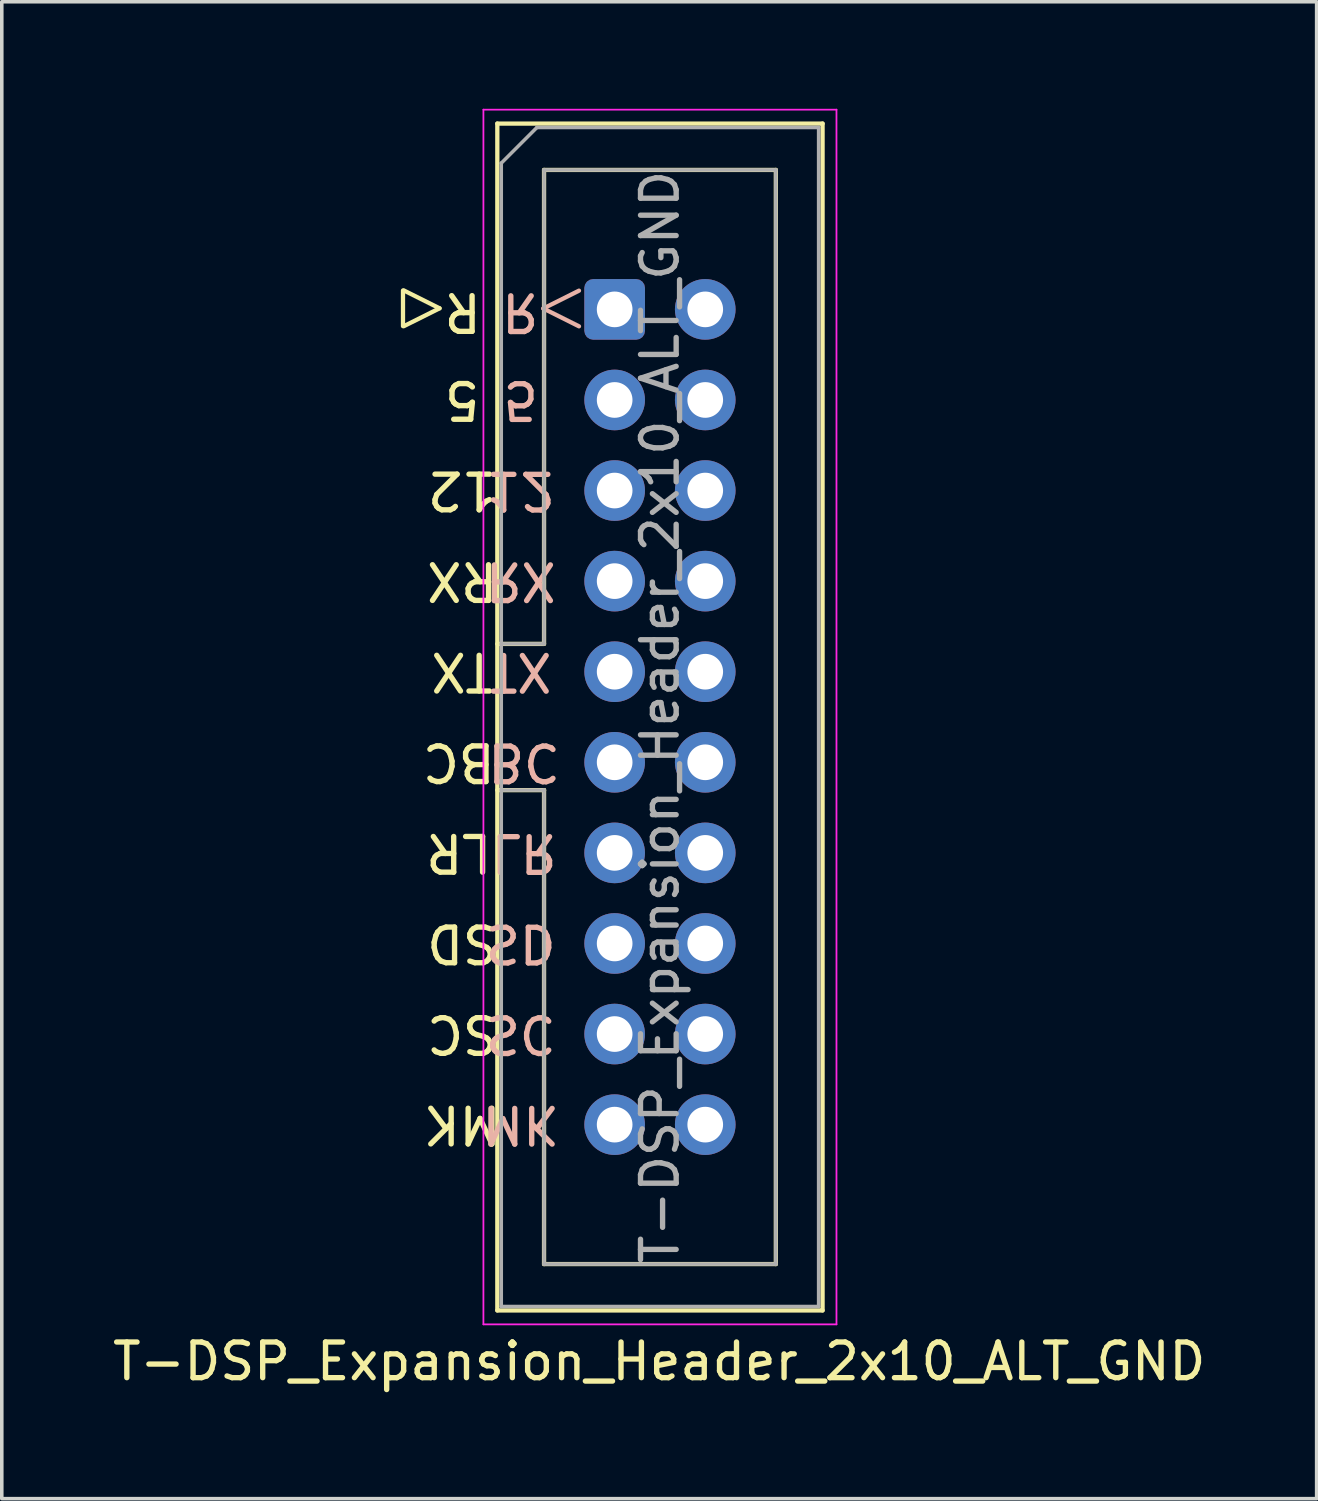
<source format=kicad_pcb>
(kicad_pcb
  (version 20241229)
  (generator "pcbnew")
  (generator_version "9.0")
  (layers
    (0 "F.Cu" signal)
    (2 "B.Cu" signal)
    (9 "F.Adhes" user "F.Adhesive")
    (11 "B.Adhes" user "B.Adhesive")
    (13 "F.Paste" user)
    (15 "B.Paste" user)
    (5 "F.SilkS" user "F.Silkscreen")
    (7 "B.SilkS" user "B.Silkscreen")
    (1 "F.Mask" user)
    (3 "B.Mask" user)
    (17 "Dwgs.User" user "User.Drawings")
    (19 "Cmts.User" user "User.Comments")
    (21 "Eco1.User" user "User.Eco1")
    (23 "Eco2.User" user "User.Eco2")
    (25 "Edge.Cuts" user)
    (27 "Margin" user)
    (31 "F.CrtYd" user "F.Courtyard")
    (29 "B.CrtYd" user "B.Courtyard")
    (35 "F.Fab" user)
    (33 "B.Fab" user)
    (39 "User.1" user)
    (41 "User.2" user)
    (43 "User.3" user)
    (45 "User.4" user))
  (footprint "T-DSP_Expansion_Header_2x10_ALT_GND"
    (layer "F.Cu")
    (at 14.185 5.625)
    (property "Reference" "T-DSP_Expansion_Header_2x10_ALT_GND" (at 1.25 29.5 0) (layer "F.SilkS") (effects (font (size 1 1) (thickness 0.15))))
    (attr through_hole exclude_from_bom)
    (fp_line (start -5.935 -0.53) (end -5.935 0.47) (stroke (width 0.12) (type solid)) (layer "F.SilkS"))
    (fp_line (start -5.91 0.47) (end -4.91 -0.03) (stroke (width 0.12) (type solid)) (layer "F.SilkS"))
    (fp_line (start -4.91 -0.03) (end -5.91 -0.53) (stroke (width 0.12) (type solid)) (layer "F.SilkS"))
    (fp_line (start -3.29 -5.21) (end 5.83 -5.21) (stroke (width 0.12) (type solid)) (layer "F.SilkS"))
    (fp_line (start -3.29 9.38) (end -1.98 9.38) (stroke (width 0.12) (type solid)) (layer "F.SilkS"))
    (fp_line (start -3.29 28.07) (end -3.29 -5.21) (stroke (width 0.12) (type solid)) (layer "F.SilkS"))
    (fp_line (start -1.98 -3.91) (end 4.52 -3.91) (stroke (width 0.12) (type solid)) (layer "F.SilkS"))
    (fp_line (start -1.98 9.38) (end -1.98 -3.91) (stroke (width 0.12) (type solid)) (layer "F.SilkS"))
    (fp_line (start -1.98 13.48) (end -3.29 13.48) (stroke (width 0.12) (type solid)) (layer "F.SilkS"))
    (fp_line (start -1.98 13.48) (end -1.98 13.48) (stroke (width 0.12) (type solid)) (layer "F.SilkS"))
    (fp_line (start -1.98 26.77) (end -1.98 13.48) (stroke (width 0.12) (type solid)) (layer "F.SilkS"))
    (fp_line (start 4.52 -3.91) (end 4.52 26.77) (stroke (width 0.12) (type solid)) (layer "F.SilkS"))
    (fp_line (start 4.52 26.77) (end -1.98 26.77) (stroke (width 0.12) (type solid)) (layer "F.SilkS"))
    (fp_line (start 5.83 -5.21) (end 5.83 28.07) (stroke (width 0.12) (type solid)) (layer "F.SilkS"))
    (fp_line (start 5.83 28.07) (end -3.29 28.07) (stroke (width 0.12) (type solid)) (layer "F.SilkS"))
    (fp_line (start -2 -0.025) (end -1 -0.525) (stroke (width 0.12) (type solid)) (layer "B.SilkS"))
    (fp_line (start -1 0.475) (end -2 -0.025) (stroke (width 0.12) (type solid)) (layer "B.SilkS"))
    (fp_line (start -3.68 -5.6) (end -3.68 28.46) (stroke (width 0.05) (type solid)) (layer "F.CrtYd"))
    (fp_line (start -3.68 28.46) (end 6.22 28.46) (stroke (width 0.05) (type solid)) (layer "F.CrtYd"))
    (fp_line (start 6.22 -5.6) (end -3.68 -5.6) (stroke (width 0.05) (type solid)) (layer "F.CrtYd"))
    (fp_line (start 6.22 28.46) (end 6.22 -5.6) (stroke (width 0.05) (type solid)) (layer "F.CrtYd"))
    (fp_line (start -3.18 -4.1) (end -2.18 -5.1) (stroke (width 0.1) (type solid)) (layer "F.Fab"))
    (fp_line (start -3.18 9.38) (end -1.98 9.38) (stroke (width 0.1) (type solid)) (layer "F.Fab"))
    (fp_line (start -3.18 27.96) (end -3.18 -4.1) (stroke (width 0.1) (type solid)) (layer "F.Fab"))
    (fp_line (start -2.18 -5.1) (end 5.72 -5.1) (stroke (width 0.1) (type solid)) (layer "F.Fab"))
    (fp_line (start -1.98 -3.91) (end 4.52 -3.91) (stroke (width 0.1) (type solid)) (layer "F.Fab"))
    (fp_line (start -1.98 9.38) (end -1.98 -3.91) (stroke (width 0.1) (type solid)) (layer "F.Fab"))
    (fp_line (start -1.98 13.48) (end -3.18 13.48) (stroke (width 0.1) (type solid)) (layer "F.Fab"))
    (fp_line (start -1.98 13.48) (end -1.98 13.48) (stroke (width 0.1) (type solid)) (layer "F.Fab"))
    (fp_line (start -1.98 26.77) (end -1.98 13.48) (stroke (width 0.1) (type solid)) (layer "F.Fab"))
    (fp_line (start 4.52 -3.91) (end 4.52 26.77) (stroke (width 0.1) (type solid)) (layer "F.Fab"))
    (fp_line (start 4.52 26.77) (end -1.98 26.77) (stroke (width 0.1) (type solid)) (layer "F.Fab"))
    (fp_line (start 5.72 -5.1) (end 5.72 27.96) (stroke (width 0.1) (type solid)) (layer "F.Fab"))
    (fp_line (start 5.72 27.96) (end -3.18 27.96) (stroke (width 0.1) (type solid)) (layer "F.Fab"))
    (fp_text user "SD" (at -4.275 17.775 180) (unlocked yes) (layer "F.SilkS") (effects (font (size 1 1) (thickness 0.15))))
    (fp_text user "BC" (at -4.37 12.695 180) (unlocked yes) (layer "F.SilkS") (effects (font (size 1 1) (thickness 0.15))))
    (fp_text user "R" (at -4.26 0.07 180) (unlocked yes) (layer "F.SilkS") (effects (font (size 1 1) (thickness 0.15))))
    (fp_text user "12" (at -4.275 5.075 180) (unlocked yes) (layer "F.SilkS") (effects (font (size 1 1) (thickness 0.15))))
    (fp_text user "MK" (at -4.275 22.855 180) (unlocked yes) (layer "F.SilkS") (effects (font (size 1 1) (thickness 0.15))))
    (fp_text user "5" (at -4.275 2.535 180) (unlocked yes) (layer "F.SilkS") (effects (font (size 1 1) (thickness 0.15))))
    (fp_text user "SC" (at -4.275 20.315 180) (unlocked yes) (layer "F.SilkS") (effects (font (size 1 1) (thickness 0.15))))
    (fp_text user "TX" (at -4.275 10.155 180) (unlocked yes) (layer "F.SilkS") (effects (font (size 1 1) (thickness 0.15))))
    (fp_text user "RX" (at -4.275 7.615 180) (unlocked yes) (layer "F.SilkS") (effects (font (size 1 1) (thickness 0.15))))
    (fp_text user "LR" (at -4.37 15.235 180) (unlocked yes) (layer "F.SilkS") (effects (font (size 1 1) (thickness 0.15))))
    (fp_text user "12" (at -2.635 5.08 180) (unlocked yes) (layer "B.SilkS") (effects (font (size 1 1) (thickness 0.15)) (justify mirror)))
    (fp_text user "SD" (at -2.635 17.78 180) (unlocked yes) (layer "B.SilkS") (effects (font (size 1 1) (thickness 0.15)) (justify mirror)))
    (fp_text user "MK" (at -2.635 22.86 180) (unlocked yes) (layer "B.SilkS") (effects (font (size 1 1) (thickness 0.15)) (justify mirror)))
    (fp_text user "5" (at -2.635 2.54 180) (unlocked yes) (layer "B.SilkS") (effects (font (size 1 1) (thickness 0.15)) (justify mirror)))
    (fp_text user "RX" (at -2.635 7.62 180) (unlocked yes) (layer "B.SilkS") (effects (font (size 1 1) (thickness 0.15)) (justify mirror)))
    (fp_text user "SC" (at -2.635 20.32 180) (unlocked yes) (layer "B.SilkS") (effects (font (size 1 1) (thickness 0.15)) (justify mirror)))
    (fp_text user "R" (at -2.65 0.075 180) (unlocked yes) (layer "B.SilkS") (effects (font (size 1 1) (thickness 0.15)) (justify mirror)))
    (fp_text user "BC" (at -2.54 12.7 180) (unlocked yes) (layer "B.SilkS") (effects (font (size 1 1) (thickness 0.15)) (justify mirror)))
    (fp_text user "TX" (at -2.635 10.16 180) (unlocked yes) (layer "B.SilkS") (effects (font (size 1 1) (thickness 0.15)) (justify mirror)))
    (fp_text user "LR" (at -2.54 15.24 180) (unlocked yes) (layer "B.SilkS") (effects (font (size 1 1) (thickness 0.15)) (justify mirror)))
    (fp_text user "${REFERENCE}" (at 1.27 11.43 90) (layer "F.Fab") (effects (font (size 1 1) (thickness 0.15))))
    (pad "1" thru_hole roundrect (at 0 0) (size 1.7 1.7) (drill 1) (layers "*.Cu" "*.Mask") (roundrect_rratio 0.147))
    (pad "2" thru_hole circle (at 2.54 0 45) (size 1.7 1.7) (drill 1) (layers "*.Cu" "*.Mask"))
    (pad "3" thru_hole circle (at 0 2.54) (size 1.7 1.7) (drill 1) (layers "*.Cu" "*.Mask"))
    (pad "4" thru_hole circle (at 2.54 2.54 45) (size 1.7 1.7) (drill 1) (layers "*.Cu" "*.Mask"))
    (pad "5" thru_hole circle (at 0 5.08) (size 1.7 1.7) (drill 1) (layers "*.Cu" "*.Mask"))
    (pad "6" thru_hole circle (at 2.54 5.08) (size 1.7 1.7) (drill 1) (layers "*.Cu" "*.Mask"))
    (pad "7" thru_hole circle (at 0 7.62) (size 1.7 1.7) (drill 1) (layers "*.Cu" "*.Mask"))
    (pad "8" thru_hole circle (at 2.54 7.62) (size 1.7 1.7) (drill 1) (layers "*.Cu" "*.Mask"))
    (pad "9" thru_hole circle (at 0 10.16) (size 1.7 1.7) (drill 1) (layers "*.Cu" "*.Mask"))
    (pad "10" thru_hole circle (at 2.54 10.16) (size 1.7 1.7) (drill 1) (layers "*.Cu" "*.Mask"))
    (pad "11" thru_hole circle (at 0 12.7) (size 1.7 1.7) (drill 1) (layers "*.Cu" "*.Mask"))
    (pad "12" thru_hole circle (at 2.54 12.7) (size 1.7 1.7) (drill 1) (layers "*.Cu" "*.Mask"))
    (pad "13" thru_hole circle (at 0 15.24) (size 1.7 1.7) (drill 1) (layers "*.Cu" "*.Mask"))
    (pad "14" thru_hole circle (at 2.54 15.24) (size 1.7 1.7) (drill 1) (layers "*.Cu" "*.Mask"))
    (pad "15" thru_hole circle (at 0 17.78) (size 1.7 1.7) (drill 1) (layers "*.Cu" "*.Mask"))
    (pad "16" thru_hole circle (at 2.54 17.78) (size 1.7 1.7) (drill 1) (layers "*.Cu" "*.Mask"))
    (pad "17" thru_hole circle (at 0 20.32) (size 1.7 1.7) (drill 1) (layers "*.Cu" "*.Mask"))
    (pad "18" thru_hole circle (at 2.54 20.32) (size 1.7 1.7) (drill 1) (layers "*.Cu" "*.Mask"))
    (pad "19" thru_hole circle (at 0 22.86) (size 1.7 1.7) (drill 1) (layers "*.Cu" "*.Mask"))
    (pad "20" thru_hole circle (at 2.54 22.86) (size 1.7 1.7) (drill 1) (layers "*.Cu" "*.Mask")))
  (gr_rect
    (start -3 -3)
    (end 33.869 38.973)
    (stroke (width 0.1) (type default))
    (fill no)
    (layer "Edge.Cuts")))
</source>
